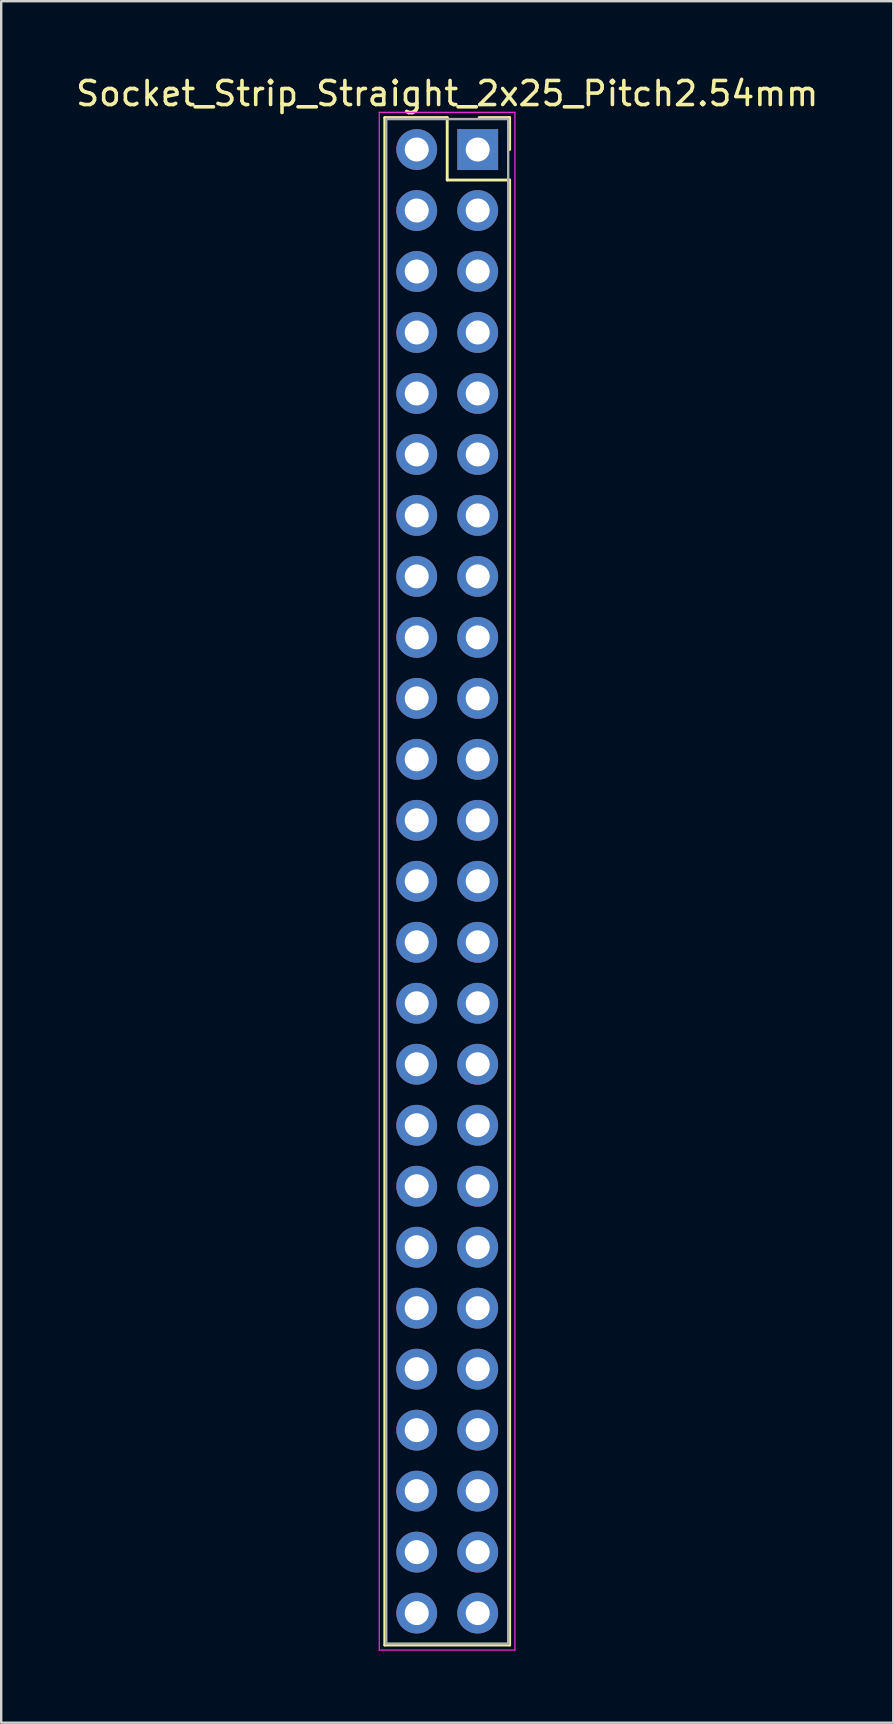
<source format=kicad_pcb>
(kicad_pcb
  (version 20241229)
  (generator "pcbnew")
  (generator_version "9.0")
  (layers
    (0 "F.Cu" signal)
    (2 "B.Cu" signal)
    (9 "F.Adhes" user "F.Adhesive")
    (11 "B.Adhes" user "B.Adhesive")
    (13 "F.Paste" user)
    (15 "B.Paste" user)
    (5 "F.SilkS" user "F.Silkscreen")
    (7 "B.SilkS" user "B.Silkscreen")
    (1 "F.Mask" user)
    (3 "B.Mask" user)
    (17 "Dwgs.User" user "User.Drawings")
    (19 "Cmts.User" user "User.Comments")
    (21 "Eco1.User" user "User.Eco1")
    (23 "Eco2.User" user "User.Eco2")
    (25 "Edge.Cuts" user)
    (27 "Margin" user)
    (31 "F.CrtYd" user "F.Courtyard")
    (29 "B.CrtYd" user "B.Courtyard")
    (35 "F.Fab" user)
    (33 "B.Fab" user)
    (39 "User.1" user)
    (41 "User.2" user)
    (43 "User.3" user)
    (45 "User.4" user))
  (footprint "Socket_Strip_Straight_2x25_Pitch2.54mm"
    (layer "F.Cu")
    (at 16.847 3.178)
    (property "Reference" "Socket_Strip_Straight_2x25_Pitch2.54mm" (at -1.27 -2.33 0) (layer "F.SilkS") (effects (font (size 1 1) (thickness 0.15))))
    (attr through_hole)
    (fp_line (start -3.87 -1.33) (end -1.27 -1.33) (stroke (width 0.12) (type solid)) (layer "F.SilkS"))
    (fp_line (start -3.87 62.29) (end -3.87 -1.33) (stroke (width 0.12) (type solid)) (layer "F.SilkS"))
    (fp_line (start -1.27 -1.33) (end -1.27 1.27) (stroke (width 0.12) (type solid)) (layer "F.SilkS"))
    (fp_line (start -1.27 1.27) (end 1.33 1.27) (stroke (width 0.12) (type solid)) (layer "F.SilkS"))
    (fp_line (start 1.33 -1.33) (end 0.06 -1.33) (stroke (width 0.12) (type solid)) (layer "F.SilkS"))
    (fp_line (start 1.33 0) (end 1.33 -1.33) (stroke (width 0.12) (type solid)) (layer "F.SilkS"))
    (fp_line (start 1.33 1.27) (end 1.33 62.29) (stroke (width 0.12) (type solid)) (layer "F.SilkS"))
    (fp_line (start 1.33 62.29) (end -3.87 62.29) (stroke (width 0.12) (type solid)) (layer "F.SilkS"))
    (fp_line (start -4.1 -1.55) (end -4.1 62.5) (stroke (width 0.05) (type solid)) (layer "F.CrtYd"))
    (fp_line (start -4.1 62.5) (end 1.55 62.5) (stroke (width 0.05) (type solid)) (layer "F.CrtYd"))
    (fp_line (start 1.55 -1.55) (end -4.1 -1.55) (stroke (width 0.05) (type solid)) (layer "F.CrtYd"))
    (fp_line (start 1.55 62.5) (end 1.55 -1.55) (stroke (width 0.05) (type solid)) (layer "F.CrtYd"))
    (fp_line (start -3.81 -1.27) (end -3.81 62.23) (stroke (width 0.1) (type solid)) (layer "F.Fab"))
    (fp_line (start -3.81 62.23) (end 1.27 62.23) (stroke (width 0.1) (type solid)) (layer "F.Fab"))
    (fp_line (start 1.27 -1.27) (end -3.81 -1.27) (stroke (width 0.1) (type solid)) (layer "F.Fab"))
    (fp_line (start 1.27 62.23) (end 1.27 -1.27) (stroke (width 0.1) (type solid)) (layer "F.Fab"))
    (pad "1" thru_hole rect (at 0 0) (size 1.7 1.7) (drill 1) (layers "*.Cu" "*.Mask"))
    (pad "2" thru_hole oval (at -2.54 0) (size 1.7 1.7) (drill 1) (layers "*.Cu" "*.Mask"))
    (pad "3" thru_hole oval (at 0 2.54) (size 1.7 1.7) (drill 1) (layers "*.Cu" "*.Mask"))
    (pad "4" thru_hole oval (at -2.54 2.54) (size 1.7 1.7) (drill 1) (layers "*.Cu" "*.Mask"))
    (pad "5" thru_hole oval (at 0 5.08) (size 1.7 1.7) (drill 1) (layers "*.Cu" "*.Mask"))
    (pad "6" thru_hole oval (at -2.54 5.08) (size 1.7 1.7) (drill 1) (layers "*.Cu" "*.Mask"))
    (pad "7" thru_hole oval (at 0 7.62) (size 1.7 1.7) (drill 1) (layers "*.Cu" "*.Mask"))
    (pad "8" thru_hole oval (at -2.54 7.62) (size 1.7 1.7) (drill 1) (layers "*.Cu" "*.Mask"))
    (pad "9" thru_hole oval (at 0 10.16) (size 1.7 1.7) (drill 1) (layers "*.Cu" "*.Mask"))
    (pad "10" thru_hole oval (at -2.54 10.16) (size 1.7 1.7) (drill 1) (layers "*.Cu" "*.Mask"))
    (pad "11" thru_hole oval (at 0 12.7) (size 1.7 1.7) (drill 1) (layers "*.Cu" "*.Mask"))
    (pad "12" thru_hole oval (at -2.54 12.7) (size 1.7 1.7) (drill 1) (layers "*.Cu" "*.Mask"))
    (pad "13" thru_hole oval (at 0 15.24) (size 1.7 1.7) (drill 1) (layers "*.Cu" "*.Mask"))
    (pad "14" thru_hole oval (at -2.54 15.24) (size 1.7 1.7) (drill 1) (layers "*.Cu" "*.Mask"))
    (pad "15" thru_hole oval (at 0 17.78) (size 1.7 1.7) (drill 1) (layers "*.Cu" "*.Mask"))
    (pad "16" thru_hole oval (at -2.54 17.78) (size 1.7 1.7) (drill 1) (layers "*.Cu" "*.Mask"))
    (pad "17" thru_hole oval (at 0 20.32) (size 1.7 1.7) (drill 1) (layers "*.Cu" "*.Mask"))
    (pad "18" thru_hole oval (at -2.54 20.32) (size 1.7 1.7) (drill 1) (layers "*.Cu" "*.Mask"))
    (pad "19" thru_hole oval (at 0 22.86) (size 1.7 1.7) (drill 1) (layers "*.Cu" "*.Mask"))
    (pad "20" thru_hole oval (at -2.54 22.86) (size 1.7 1.7) (drill 1) (layers "*.Cu" "*.Mask"))
    (pad "21" thru_hole oval (at 0 25.4) (size 1.7 1.7) (drill 1) (layers "*.Cu" "*.Mask"))
    (pad "22" thru_hole oval (at -2.54 25.4) (size 1.7 1.7) (drill 1) (layers "*.Cu" "*.Mask"))
    (pad "23" thru_hole oval (at 0 27.94) (size 1.7 1.7) (drill 1) (layers "*.Cu" "*.Mask"))
    (pad "24" thru_hole oval (at -2.54 27.94) (size 1.7 1.7) (drill 1) (layers "*.Cu" "*.Mask"))
    (pad "25" thru_hole oval (at 0 30.48) (size 1.7 1.7) (drill 1) (layers "*.Cu" "*.Mask"))
    (pad "26" thru_hole oval (at -2.54 30.48) (size 1.7 1.7) (drill 1) (layers "*.Cu" "*.Mask"))
    (pad "27" thru_hole oval (at 0 33.02) (size 1.7 1.7) (drill 1) (layers "*.Cu" "*.Mask"))
    (pad "28" thru_hole oval (at -2.54 33.02) (size 1.7 1.7) (drill 1) (layers "*.Cu" "*.Mask"))
    (pad "29" thru_hole oval (at 0 35.56) (size 1.7 1.7) (drill 1) (layers "*.Cu" "*.Mask"))
    (pad "30" thru_hole oval (at -2.54 35.56) (size 1.7 1.7) (drill 1) (layers "*.Cu" "*.Mask"))
    (pad "31" thru_hole oval (at 0 38.1) (size 1.7 1.7) (drill 1) (layers "*.Cu" "*.Mask"))
    (pad "32" thru_hole oval (at -2.54 38.1) (size 1.7 1.7) (drill 1) (layers "*.Cu" "*.Mask"))
    (pad "33" thru_hole oval (at 0 40.64) (size 1.7 1.7) (drill 1) (layers "*.Cu" "*.Mask"))
    (pad "34" thru_hole oval (at -2.54 40.64) (size 1.7 1.7) (drill 1) (layers "*.Cu" "*.Mask"))
    (pad "35" thru_hole oval (at 0 43.18) (size 1.7 1.7) (drill 1) (layers "*.Cu" "*.Mask"))
    (pad "36" thru_hole oval (at -2.54 43.18) (size 1.7 1.7) (drill 1) (layers "*.Cu" "*.Mask"))
    (pad "37" thru_hole oval (at 0 45.72) (size 1.7 1.7) (drill 1) (layers "*.Cu" "*.Mask"))
    (pad "38" thru_hole oval (at -2.54 45.72) (size 1.7 1.7) (drill 1) (layers "*.Cu" "*.Mask"))
    (pad "39" thru_hole oval (at 0 48.26) (size 1.7 1.7) (drill 1) (layers "*.Cu" "*.Mask"))
    (pad "40" thru_hole oval (at -2.54 48.26) (size 1.7 1.7) (drill 1) (layers "*.Cu" "*.Mask"))
    (pad "41" thru_hole oval (at 0 50.8) (size 1.7 1.7) (drill 1) (layers "*.Cu" "*.Mask"))
    (pad "42" thru_hole oval (at -2.54 50.8) (size 1.7 1.7) (drill 1) (layers "*.Cu" "*.Mask"))
    (pad "43" thru_hole oval (at 0 53.34) (size 1.7 1.7) (drill 1) (layers "*.Cu" "*.Mask"))
    (pad "44" thru_hole oval (at -2.54 53.34) (size 1.7 1.7) (drill 1) (layers "*.Cu" "*.Mask"))
    (pad "45" thru_hole oval (at 0 55.88) (size 1.7 1.7) (drill 1) (layers "*.Cu" "*.Mask"))
    (pad "46" thru_hole oval (at -2.54 55.88) (size 1.7 1.7) (drill 1) (layers "*.Cu" "*.Mask"))
    (pad "47" thru_hole oval (at 0 58.42) (size 1.7 1.7) (drill 1) (layers "*.Cu" "*.Mask"))
    (pad "48" thru_hole oval (at -2.54 58.42) (size 1.7 1.7) (drill 1) (layers "*.Cu" "*.Mask"))
    (pad "49" thru_hole oval (at 0 60.96) (size 1.7 1.7) (drill 1) (layers "*.Cu" "*.Mask"))
    (pad "50" thru_hole oval (at -2.54 60.96) (size 1.7 1.7) (drill 1) (layers "*.Cu" "*.Mask")))
  (gr_rect
    (start -3 -3)
    (end 34.155 68.703)
    (stroke (width 0.1) (type default))
    (fill no)
    (layer "Edge.Cuts")))
</source>
